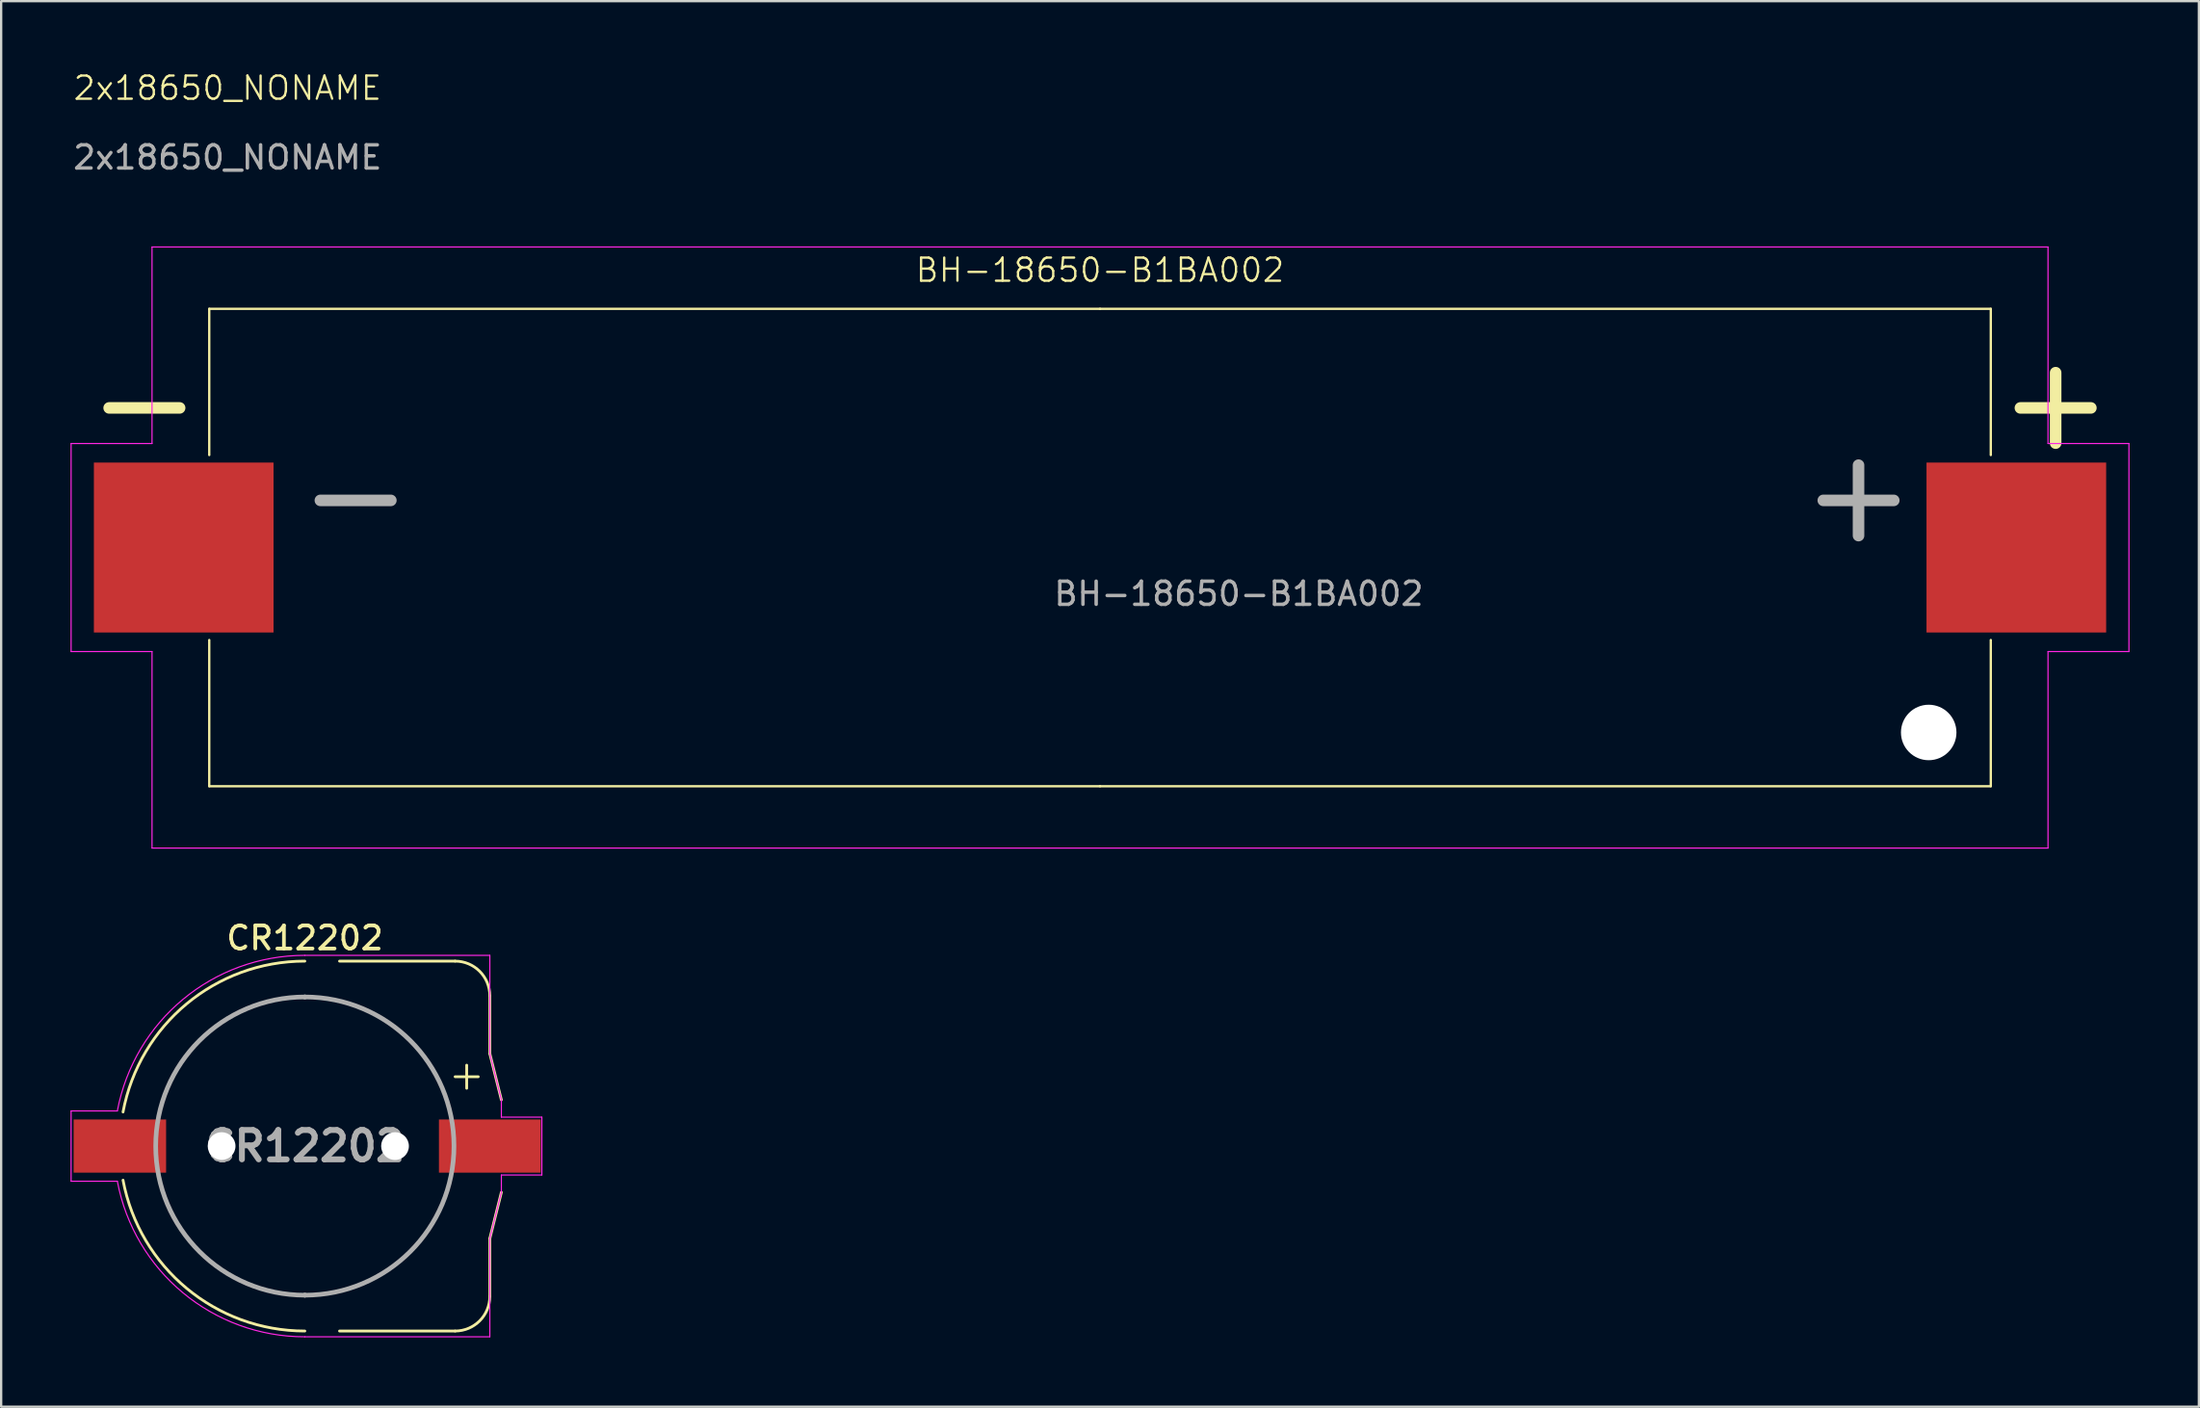
<source format=kicad_pcb>
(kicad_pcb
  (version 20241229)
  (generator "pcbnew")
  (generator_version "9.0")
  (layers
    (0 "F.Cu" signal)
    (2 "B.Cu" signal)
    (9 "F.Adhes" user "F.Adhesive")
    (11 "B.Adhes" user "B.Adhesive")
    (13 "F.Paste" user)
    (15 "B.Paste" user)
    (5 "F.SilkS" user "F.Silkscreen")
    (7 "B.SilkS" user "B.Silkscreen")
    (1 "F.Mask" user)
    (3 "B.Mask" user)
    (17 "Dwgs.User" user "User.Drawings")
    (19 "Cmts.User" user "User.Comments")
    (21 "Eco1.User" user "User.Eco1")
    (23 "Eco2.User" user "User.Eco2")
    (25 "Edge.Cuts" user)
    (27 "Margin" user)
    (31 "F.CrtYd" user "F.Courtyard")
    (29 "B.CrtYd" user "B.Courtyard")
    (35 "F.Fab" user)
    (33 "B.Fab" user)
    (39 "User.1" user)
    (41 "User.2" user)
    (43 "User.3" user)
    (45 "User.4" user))
  (footprint "BH-18650-B1BA002"
    (layer "F.Cu")
    (at 44.525 20.634)
    (property "Reference" "BH-18650-B1BA002" (at 0 -12 0) (unlocked yes) (layer "F.SilkS") (effects (font (size 1 1) (thickness 0.1))))
    (attr smd)
    (fp_line (start -38.525 -10.325) (end -38.525 -4) (stroke (width 0.1) (type default)) (layer "F.SilkS"))
    (fp_line (start -38.525 10.325) (end -38.525 4) (stroke (width 0.1) (type default)) (layer "F.SilkS"))
    (fp_line (start 0 -10.325) (end -38.525 -10.325) (stroke (width 0.1) (type default)) (layer "F.SilkS"))
    (fp_line (start 0 -10.325) (end 38.525 -10.325) (stroke (width 0.1) (type default)) (layer "F.SilkS"))
    (fp_line (start 0 10.325) (end -38.525 10.325) (stroke (width 0.1) (type default)) (layer "F.SilkS"))
    (fp_line (start 0 10.325) (end 38.525 10.325) (stroke (width 0.1) (type default)) (layer "F.SilkS"))
    (fp_line (start 38.525 -10.325) (end 38.525 -4) (stroke (width 0.1) (type default)) (layer "F.SilkS"))
    (fp_line (start 38.525 10.325) (end 38.525 4) (stroke (width 0.1) (type default)) (layer "F.SilkS"))
    (fp_line (start -44.5 -4.5) (end -41 -4.5) (stroke (width 0.05) (type default)) (layer "F.CrtYd"))
    (fp_line (start -44.5 4.5) (end -44.5 -4.5) (stroke (width 0.05) (type default)) (layer "F.CrtYd"))
    (fp_line (start -41 -13) (end 41 -13) (stroke (width 0.05) (type default)) (layer "F.CrtYd"))
    (fp_line (start -41 -4.5) (end -41 -13) (stroke (width 0.05) (type default)) (layer "F.CrtYd"))
    (fp_line (start -41 4.5) (end -44.5 4.5) (stroke (width 0.05) (type default)) (layer "F.CrtYd"))
    (fp_line (start -41 4.5) (end -41 13) (stroke (width 0.05) (type default)) (layer "F.CrtYd"))
    (fp_line (start 41 -4.5) (end 41 -13) (stroke (width 0.05) (type default)) (layer "F.CrtYd"))
    (fp_line (start 41 -4.5) (end 44.5 -4.5) (stroke (width 0.05) (type default)) (layer "F.CrtYd"))
    (fp_line (start 41 4.5) (end 41 13) (stroke (width 0.05) (type default)) (layer "F.CrtYd"))
    (fp_line (start 41 13) (end -41 13) (stroke (width 0.05) (type default)) (layer "F.CrtYd"))
    (fp_line (start 44.5 -4.5) (end 44.5 4.5) (stroke (width 0.05) (type default)) (layer "F.CrtYd"))
    (fp_line (start 44.5 4.5) (end 41 4.5) (stroke (width 0.05) (type default)) (layer "F.CrtYd"))
    (fp_text user "-" (at -38.525 -4 0) (unlocked yes) (layer "F.SilkS") (effects (font (size 4 4) (thickness 0.5)) (justify right bottom)))
    (fp_text user "+" (at 38.525 -4 0) (unlocked yes) (layer "F.SilkS") (effects (font (size 4 4) (thickness 0.5)) (justify left bottom)))
    (fp_text user "-" (at -35 0 0) (unlocked yes) (layer "F.Fab") (effects (font (size 4 4) (thickness 0.5)) (justify left bottom)))
    (fp_text user "${REFERENCE}" (at 6 2 0) (unlocked yes) (layer "F.Fab") (effects (font (size 1 1) (thickness 0.15))))
    (fp_text user "+" (at 30 0 0) (unlocked yes) (layer "F.Fab") (effects (font (size 4 4) (thickness 0.5)) (justify left bottom)))
    (dimension (type aligned) (layer "Eco1.User") (pts (xy 84.155 20.634) (xy 4.895 20.634)) (height 0) (format (prefix "") (suffix "") (units 3) (units_format 1) (precision 4) (suppress_zeroes yes)) (style (thickness 0.1) (arrow_length 1.27) (text_position_mode 2) (arrow_direction outward) (extension_height 0.586) (extension_offset 0.5) (keep_text_aligned yes)) (gr_text "79.26 mm" (at 48.525 19.484 0) (layer "Eco1.User") (effects (font (size 1 1) (thickness 0.15)))))
    (dimension (type aligned) (layer "Eco1.User") (pts (xy 80.365 28.634) (xy 44.525 28.634)) (height 0) (format (prefix "") (suffix "") (units 3) (units_format 1) (precision 4) (suppress_zeroes yes)) (style (thickness 0.1) (arrow_length 1.27) (text_position_mode 0) (arrow_direction outward) (extension_height 0.586) (extension_offset 0.5) (keep_text_aligned yes)) (gr_text "35.84 mm" (at 62.445 27.484 0) (layer "Eco1.User") (effects (font (size 1 1) (thickness 0.15)))))
    (dimension (type aligned) (layer "Eco1.User") (pts (xy 44.525 30.959) (xy 44.525 10.309)) (height -4) (format (prefix "") (suffix "") (units 3) (units_format 1) (precision 4) (suppress_zeroes yes)) (style (thickness 0.1) (arrow_length 1.27) (text_position_mode 2) (arrow_direction outward) (extension_height 0.586) (extension_offset 0.5) (keep_text_aligned yes)) (gr_text "20.65 mm" (at 39.375 25.634 90) (layer "Eco1.User") (effects (font (size 1 1) (thickness 0.15)))))
    (dimension (type aligned) (layer "Eco1.User") (pts (xy 83.05 13.471) (xy 6 13.471)) (height -1.163) (format (prefix "") (suffix "") (units 3) (units_format 1) (precision 4) (suppress_zeroes yes)) (style (thickness 0.1) (arrow_length 1.27) (text_position_mode 2) (arrow_direction outward) (extension_height 0.586) (extension_offset 0.5) (keep_text_aligned yes)) (gr_text "77.05 mm" (at 48.525 13.484 0) (layer "Eco1.User") (effects (font (size 1 1) (thickness 0.15)))))
    (dimension (type aligned) (layer "Eco1.User") (pts (xy 80.365 28.634) (xy 80.365 20.634)) (height -3.84) (format (prefix "") (suffix "") (units 3) (units_format 1) (precision 4) (suppress_zeroes yes)) (style (thickness 0.1) (arrow_length 1.27) (text_position_mode 0) (arrow_direction outward) (extension_height 0.586) (extension_offset 0.5) (keep_text_aligned yes)) (gr_text "8 mm" (at 75.375 24.634 90) (layer "Eco1.User") (effects (font (size 1 1) (thickness 0.15)))))
    (pad "" np_thru_hole circle (at 35.84 8) (size 2.4 2.4) (drill 2.4) (layers "*.Cu" "*.Mask"))
    (pad "1" smd rect (at 39.63 0) (size 7.77 7.35) (layers "F.Cu" "F.Mask" "F.Paste"))
    (pad "2" smd rect (at -39.63 0) (size 7.77 7.35) (layers "F.Cu" "F.Mask" "F.Paste")))
  (footprint "CR12202"
    (layer "F.Cu")
    (at 10.134 46.525)
    (property "Reference" "CR12202" (at 0 -9 0) (layer "F.SilkS") (effects (font (size 1 1) (thickness 0.16))))
    (attr through_hole)
    (fp_line (start 1.5 -8) (end 6.5 -8) (stroke (width 0.12) (type default)) (layer "F.SilkS"))
    (fp_line (start 6.5 -3) (end 7.5 -3) (stroke (width 0.12) (type default)) (layer "F.SilkS"))
    (fp_line (start 6.5 8) (end 1.5 8) (stroke (width 0.12) (type default)) (layer "F.SilkS"))
    (fp_line (start 7 -2.5) (end 7 -3.5) (stroke (width 0.12) (type default)) (layer "F.SilkS"))
    (fp_line (start 8 -4) (end 8 -6.5) (stroke (width 0.12) (type default)) (layer "F.SilkS"))
    (fp_line (start 8 4) (end 8 6.5) (stroke (width 0.12) (type default)) (layer "F.SilkS"))
    (fp_line (start 8 4) (end 8.5 2) (stroke (width 0.12) (type default)) (layer "F.SilkS"))
    (fp_line (start 8.5 -2) (end 8 -4) (stroke (width 0.12) (type default)) (layer "F.SilkS"))
    (fp_arc (start -7.862977 -1.474308) (mid -5.109086 -6.156072) (end 0 -8) (stroke (width 0.12) (type default)) (layer "F.SilkS"))
    (fp_arc (start 0 8) (mid -5.109087 6.156073) (end -7.862977 1.474308) (stroke (width 0.12) (type default)) (layer "F.SilkS"))
    (fp_arc (start 6.499999 -7.999999) (mid 7.560659 -7.56066) (end 8 -6.5) (stroke (width 0.12) (type default)) (layer "F.SilkS"))
    (fp_arc (start 8 6.5) (mid 7.56066 7.56066) (end 6.5 8) (stroke (width 0.12) (type default)) (layer "F.SilkS"))
    (fp_line (start -10.109 -1.52) (end -10.109 1.52) (stroke (width 0.05) (type default)) (layer "F.CrtYd"))
    (fp_line (start -8.109 -1.52) (end -10.109 -1.52) (stroke (width 0.05) (type default)) (layer "F.CrtYd"))
    (fp_line (start -8.109 1.52) (end -10.109 1.52) (stroke (width 0.05) (type default)) (layer "F.CrtYd"))
    (fp_line (start 0 -8.25) (end 8 -8.25) (stroke (width 0.05) (type default)) (layer "F.CrtYd"))
    (fp_line (start 8 -8.25) (end 8 -4) (stroke (width 0.05) (type default)) (layer "F.CrtYd"))
    (fp_line (start 8 -4) (end 8.5 -2) (stroke (width 0.05) (type default)) (layer "F.CrtYd"))
    (fp_line (start 8 4) (end 8 8.25) (stroke (width 0.05) (type default)) (layer "F.CrtYd"))
    (fp_line (start 8 8.25) (end 0 8.25) (stroke (width 0.05) (type default)) (layer "F.CrtYd"))
    (fp_line (start 8.5 -1.25) (end 8.5 -2) (stroke (width 0.05) (type default)) (layer "F.CrtYd"))
    (fp_line (start 8.5 -1.25) (end 10.25 -1.25) (stroke (width 0.05) (type default)) (layer "F.CrtYd"))
    (fp_line (start 8.5 1.25) (end 8.5 2) (stroke (width 0.05) (type default)) (layer "F.CrtYd"))
    (fp_line (start 8.5 2) (end 8 4) (stroke (width 0.05) (type default)) (layer "F.CrtYd"))
    (fp_line (start 10.25 -1.25) (end 10.25 1.25) (stroke (width 0.05) (type default)) (layer "F.CrtYd"))
    (fp_line (start 10.25 1.25) (end 8.5 1.25) (stroke (width 0.05) (type default)) (layer "F.CrtYd"))
    (fp_arc (start -8.108696 -1.52038) (mid -5.268746 -6.34845) (end 0 -8.25) (stroke (width 0.05) (type default)) (layer "F.CrtYd"))
    (fp_arc (start 0 8.25) (mid -5.268746 6.34845) (end -8.108696 1.52038) (stroke (width 0.05) (type default)) (layer "F.CrtYd"))
    (fp_line (start 0 -6.45) (end 0 -6.45) (stroke (width 0.2) (type solid)) (layer "F.Fab"))
    (fp_line (start 0 6.45) (end 0 6.45) (stroke (width 0.2) (type solid)) (layer "F.Fab"))
    (fp_arc (start 0 -6.45) (mid 6.45 0) (end 0 6.45) (stroke (width 0.2) (type solid)) (layer "F.Fab"))
    (fp_arc (start 0 6.45) (mid -6.45 0) (end 0 -6.45) (stroke (width 0.2) (type solid)) (layer "F.Fab"))
    (fp_text user "${REFERENCE}" (at 0 0 0) (layer "F.Fab") (effects (font (size 1.27 1.27) (thickness 0.254))))
    (pad "" np_thru_hole circle (at -3.6 0) (size 1.2 1.2) (drill 1.2) (layers "*.Cu" "*.Mask"))
    (pad "" np_thru_hole circle (at 3.9 0) (size 1.2 1.2) (drill 1.2) (layers "*.Cu" "*.Mask"))
    (pad "1" smd rect (at 8 0 90) (size 2.3 4.4) (layers "F.Cu" "F.Mask" "F.Paste"))
    (pad "2" smd rect (at -8 0 90) (size 2.3 4) (layers "F.Cu" "F.Mask" "F.Paste")))
  (footprint "2x18650_NONAME"
    (layer "F.Cu")
    (at 6.792 1.26)
    (property "Reference" "2x18650_NONAME" (at 0 -0.5 0) (unlocked yes) (layer "F.SilkS") (effects (font (size 1 1) (thickness 0.1))))
    (attr smd)
    (fp_text user "${REFERENCE}" (at 0 2.5 0) (unlocked yes) (layer "F.Fab") (effects (font (size 1 1) (thickness 0.15)))))
  (gr_rect
    (start -3 -3)
    (end 92.05 57.8)
    (stroke (width 0.1) (type default))
    (fill no)
    (layer "Edge.Cuts")))
</source>
